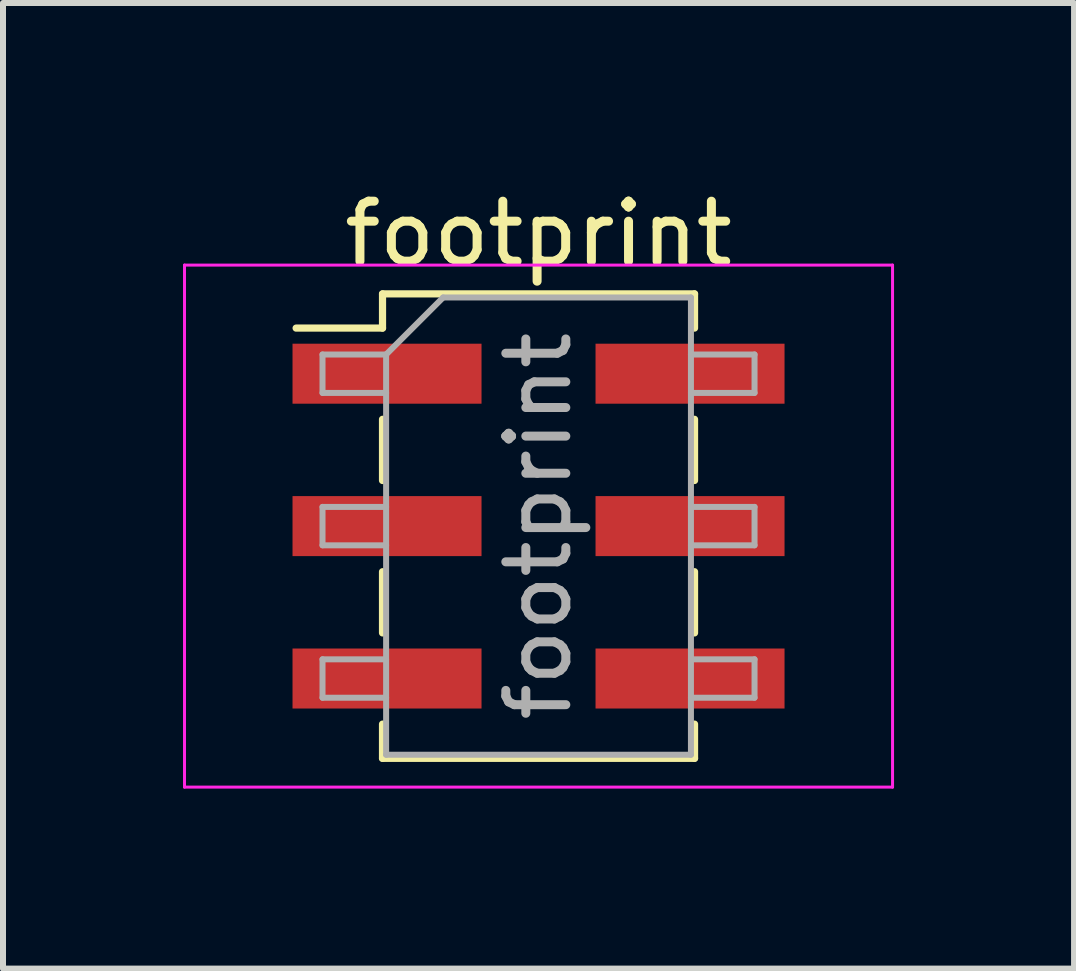
<source format=kicad_pcb>
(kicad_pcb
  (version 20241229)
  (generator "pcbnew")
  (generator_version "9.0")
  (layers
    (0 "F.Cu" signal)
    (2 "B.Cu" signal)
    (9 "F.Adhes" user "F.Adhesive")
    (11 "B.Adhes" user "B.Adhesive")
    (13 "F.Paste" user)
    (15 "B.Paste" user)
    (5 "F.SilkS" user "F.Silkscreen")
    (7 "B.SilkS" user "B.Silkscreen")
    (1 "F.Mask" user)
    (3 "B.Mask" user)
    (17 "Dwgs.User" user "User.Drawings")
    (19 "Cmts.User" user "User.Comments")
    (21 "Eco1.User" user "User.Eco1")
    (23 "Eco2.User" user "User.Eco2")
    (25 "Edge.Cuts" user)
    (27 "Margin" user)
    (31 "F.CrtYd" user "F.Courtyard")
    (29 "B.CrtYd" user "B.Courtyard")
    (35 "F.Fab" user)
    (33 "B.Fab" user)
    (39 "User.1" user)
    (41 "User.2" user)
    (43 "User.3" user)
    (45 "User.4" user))
  (footprint "footprint"
    (layer "F.Cu")
    (at 5.925 5.718)
    (property "Reference" "footprint" (at 0 -4.87 0) (layer "F.SilkS") (effects (font (size 1 1) (thickness 0.15))))
    (attr smd)
    (fp_line (start -4.04 -3.3) (end -2.6 -3.3) (stroke (width 0.12) (type solid)) (layer "F.SilkS"))
    (fp_line (start -2.6 -3.87) (end -2.6 -3.3) (stroke (width 0.12) (type solid)) (layer "F.SilkS"))
    (fp_line (start -2.6 -3.87) (end 2.6 -3.87) (stroke (width 0.12) (type solid)) (layer "F.SilkS"))
    (fp_line (start -2.6 -1.78) (end -2.6 -0.76) (stroke (width 0.12) (type solid)) (layer "F.SilkS"))
    (fp_line (start -2.6 0.76) (end -2.6 1.78) (stroke (width 0.12) (type solid)) (layer "F.SilkS"))
    (fp_line (start -2.6 3.3) (end -2.6 3.87) (stroke (width 0.12) (type solid)) (layer "F.SilkS"))
    (fp_line (start -2.6 3.87) (end 2.6 3.87) (stroke (width 0.12) (type solid)) (layer "F.SilkS"))
    (fp_line (start 2.6 -3.87) (end 2.6 -3.3) (stroke (width 0.12) (type solid)) (layer "F.SilkS"))
    (fp_line (start 2.6 -1.78) (end 2.6 -0.76) (stroke (width 0.12) (type solid)) (layer "F.SilkS"))
    (fp_line (start 2.6 0.76) (end 2.6 1.78) (stroke (width 0.12) (type solid)) (layer "F.SilkS"))
    (fp_line (start 2.6 3.3) (end 2.6 3.87) (stroke (width 0.12) (type solid)) (layer "F.SilkS"))
    (fp_line (start -5.9 -4.35) (end -5.9 4.35) (stroke (width 0.05) (type solid)) (layer "F.CrtYd"))
    (fp_line (start -5.9 4.35) (end 5.9 4.35) (stroke (width 0.05) (type solid)) (layer "F.CrtYd"))
    (fp_line (start 5.9 -4.35) (end -5.9 -4.35) (stroke (width 0.05) (type solid)) (layer "F.CrtYd"))
    (fp_line (start 5.9 4.35) (end 5.9 -4.35) (stroke (width 0.05) (type solid)) (layer "F.CrtYd"))
    (fp_line (start -3.6 -2.86) (end -3.6 -2.22) (stroke (width 0.1) (type solid)) (layer "F.Fab"))
    (fp_line (start -3.6 -2.22) (end -2.54 -2.22) (stroke (width 0.1) (type solid)) (layer "F.Fab"))
    (fp_line (start -3.6 -0.32) (end -3.6 0.32) (stroke (width 0.1) (type solid)) (layer "F.Fab"))
    (fp_line (start -3.6 0.32) (end -2.54 0.32) (stroke (width 0.1) (type solid)) (layer "F.Fab"))
    (fp_line (start -3.6 2.22) (end -3.6 2.86) (stroke (width 0.1) (type solid)) (layer "F.Fab"))
    (fp_line (start -3.6 2.86) (end -2.54 2.86) (stroke (width 0.1) (type solid)) (layer "F.Fab"))
    (fp_line (start -2.54 -2.86) (end -3.6 -2.86) (stroke (width 0.1) (type solid)) (layer "F.Fab"))
    (fp_line (start -2.54 -2.86) (end -1.59 -3.81) (stroke (width 0.1) (type solid)) (layer "F.Fab"))
    (fp_line (start -2.54 -0.32) (end -3.6 -0.32) (stroke (width 0.1) (type solid)) (layer "F.Fab"))
    (fp_line (start -2.54 2.22) (end -3.6 2.22) (stroke (width 0.1) (type solid)) (layer "F.Fab"))
    (fp_line (start -2.54 3.81) (end -2.54 -2.86) (stroke (width 0.1) (type solid)) (layer "F.Fab"))
    (fp_line (start -1.59 -3.81) (end 2.54 -3.81) (stroke (width 0.1) (type solid)) (layer "F.Fab"))
    (fp_line (start 2.54 -3.81) (end 2.54 3.81) (stroke (width 0.1) (type solid)) (layer "F.Fab"))
    (fp_line (start 2.54 -2.86) (end 3.6 -2.86) (stroke (width 0.1) (type solid)) (layer "F.Fab"))
    (fp_line (start 2.54 -0.32) (end 3.6 -0.32) (stroke (width 0.1) (type solid)) (layer "F.Fab"))
    (fp_line (start 2.54 2.22) (end 3.6 2.22) (stroke (width 0.1) (type solid)) (layer "F.Fab"))
    (fp_line (start 2.54 3.81) (end -2.54 3.81) (stroke (width 0.1) (type solid)) (layer "F.Fab"))
    (fp_line (start 3.6 -2.86) (end 3.6 -2.22) (stroke (width 0.1) (type solid)) (layer "F.Fab"))
    (fp_line (start 3.6 -2.22) (end 2.54 -2.22) (stroke (width 0.1) (type solid)) (layer "F.Fab"))
    (fp_line (start 3.6 -0.32) (end 3.6 0.32) (stroke (width 0.1) (type solid)) (layer "F.Fab"))
    (fp_line (start 3.6 0.32) (end 2.54 0.32) (stroke (width 0.1) (type solid)) (layer "F.Fab"))
    (fp_line (start 3.6 2.22) (end 3.6 2.86) (stroke (width 0.1) (type solid)) (layer "F.Fab"))
    (fp_line (start 3.6 2.86) (end 2.54 2.86) (stroke (width 0.1) (type solid)) (layer "F.Fab"))
    (fp_text user "${REFERENCE}" (at 0 0 90) (layer "F.Fab") (effects (font (size 1 1) (thickness 0.15))))
    (pad "1" smd rect (at -2.525 -2.54) (size 3.15 1) (layers "F.Cu" "F.Mask" "F.Paste"))
    (pad "2" smd rect (at 2.525 -2.54) (size 3.15 1) (layers "F.Cu" "F.Mask" "F.Paste"))
    (pad "3" smd rect (at -2.525 0) (size 3.15 1) (layers "F.Cu" "F.Mask" "F.Paste"))
    (pad "4" smd rect (at 2.525 0) (size 3.15 1) (layers "F.Cu" "F.Mask" "F.Paste"))
    (pad "5" smd rect (at -2.525 2.54) (size 3.15 1) (layers "F.Cu" "F.Mask" "F.Paste"))
    (pad "6" smd rect (at 2.525 2.54) (size 3.15 1) (layers "F.Cu" "F.Mask" "F.Paste")))
  (gr_rect
    (start -3 -3)
    (end 14.85 13.093)
    (stroke (width 0.1) (type default))
    (fill no)
    (layer "Edge.Cuts")))
</source>
